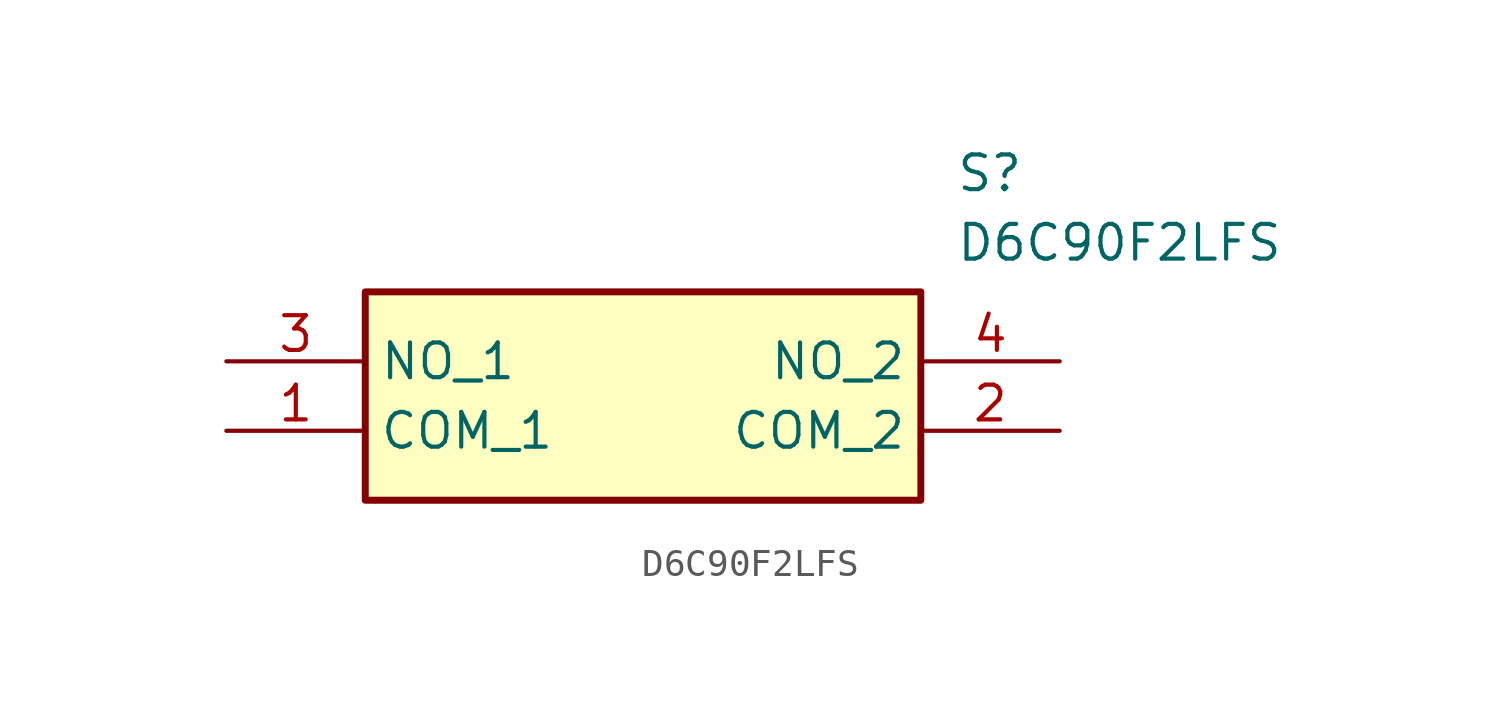
<source format=kicad_sym>
(kicad_symbol_lib
  (version 20211014)
  (generator SamacSys_ECAD_Model)
  (symbol "D6C90F2LFS"
    (property "Reference" "S"
      (at 26.67 7.62 0)
      (effects (font (size 1.27 1.27)) (justify left top)))
    (property "Value" "D6C90F2LFS"
      (at 26.67 5.08 0)
      (effects (font (size 1.27 1.27)) (justify left top)))
    (rectangle
      (start 5.08 2.54)
      (end 25.4 -5.08)
      (stroke (width 0.254) (type default))
      (fill (type background)))
    (pin passive line
      (at 0 -2.54 0)
      (length 5.08)
      (name "COM_1" (effects (font (size 1.27 1.27))))
      (number "1" (effects (font (size 1.27 1.27)))))
    (pin passive line
      (at 30.48 -2.54 180)
      (length 5.08)
      (name "COM_2" (effects (font (size 1.27 1.27))))
      (number "2" (effects (font (size 1.27 1.27)))))
    (pin passive line
      (at 0 0 0)
      (length 5.08)
      (name "NO_1" (effects (font (size 1.27 1.27))))
      (number "3" (effects (font (size 1.27 1.27)))))
    (pin passive line
      (at 30.48 0 180)
      (length 5.08)
      (name "NO_2" (effects (font (size 1.27 1.27))))
      (number "4" (effects (font (size 1.27 1.27)))))))
</source>
